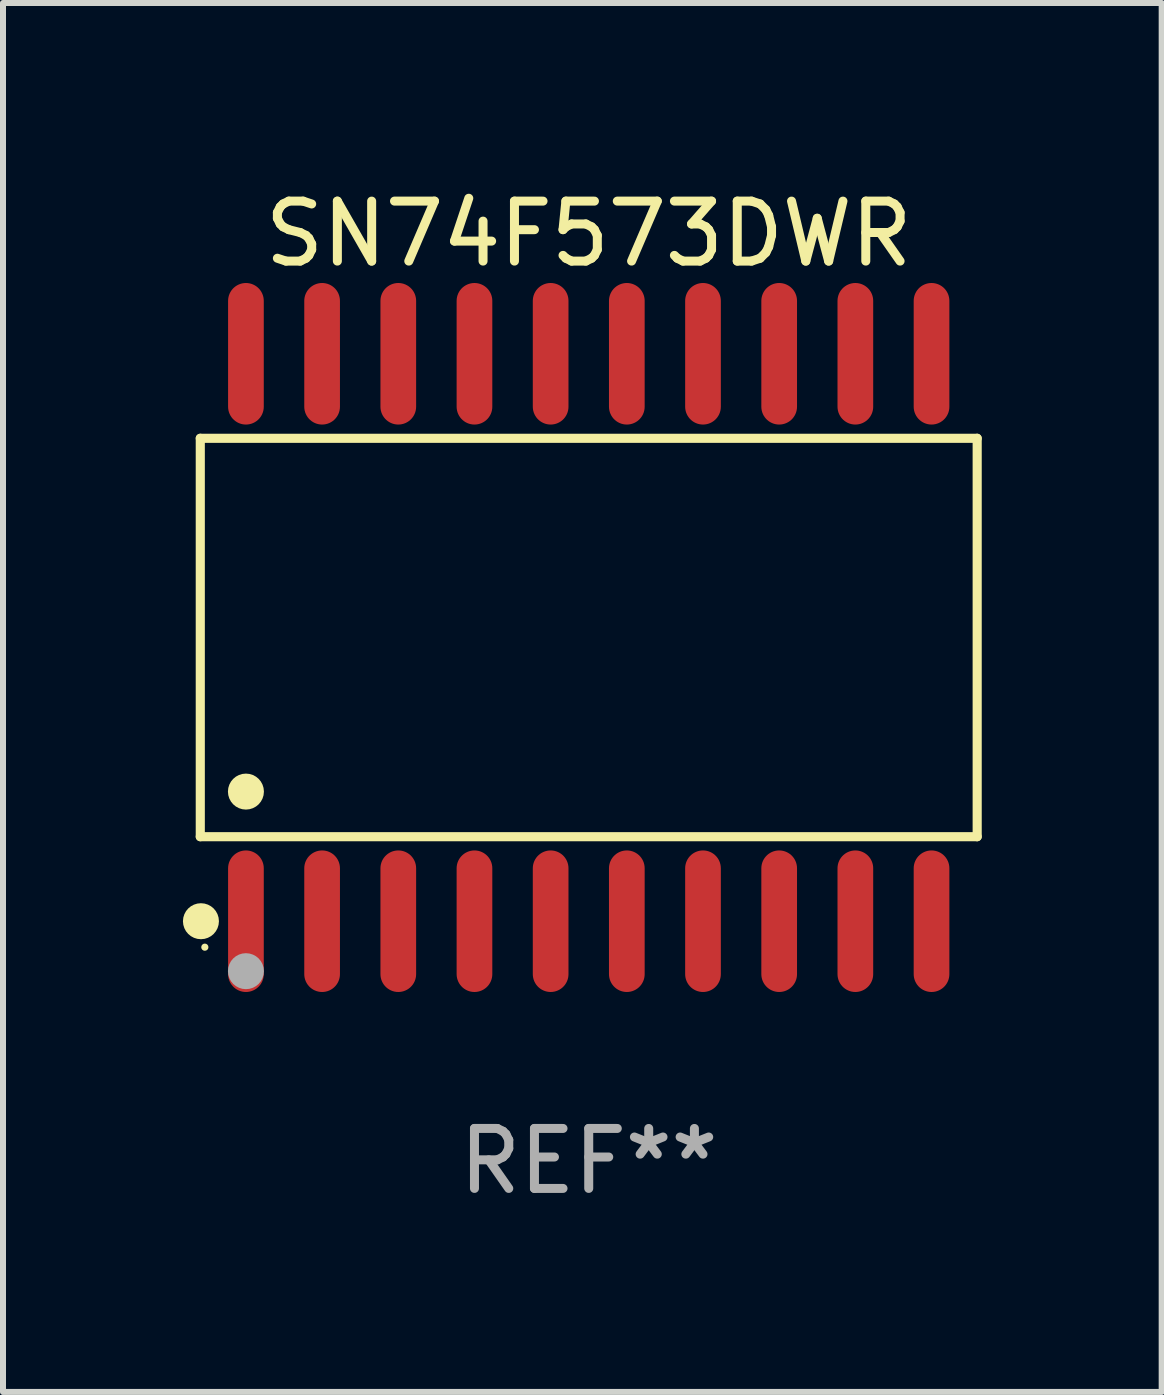
<source format=kicad_pcb>
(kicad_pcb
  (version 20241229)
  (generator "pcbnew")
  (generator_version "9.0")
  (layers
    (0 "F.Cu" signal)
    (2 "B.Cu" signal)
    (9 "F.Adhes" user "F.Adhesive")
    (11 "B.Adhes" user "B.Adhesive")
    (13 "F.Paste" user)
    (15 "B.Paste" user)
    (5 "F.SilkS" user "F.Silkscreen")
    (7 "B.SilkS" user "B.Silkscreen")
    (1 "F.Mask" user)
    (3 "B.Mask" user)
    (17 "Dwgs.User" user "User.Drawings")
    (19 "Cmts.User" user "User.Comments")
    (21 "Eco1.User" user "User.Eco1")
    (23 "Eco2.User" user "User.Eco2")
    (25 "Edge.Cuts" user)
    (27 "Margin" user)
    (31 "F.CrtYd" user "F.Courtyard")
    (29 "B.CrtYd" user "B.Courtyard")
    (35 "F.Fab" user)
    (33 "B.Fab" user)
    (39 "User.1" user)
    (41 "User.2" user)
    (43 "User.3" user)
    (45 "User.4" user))
  (footprint "SN74F573DWR"
    (layer "F.Cu")
    (at 6.765 7.578)
    (property "Reference" "SN74F573DWR" (at 0 -6.73 0) (layer "F.SilkS") (effects (font (size 1 1) (thickness 0.15))))
    (attr through_hole)
    (fp_line (start -6.476 -3.321) (end 6.476 -3.321) (stroke (width 0.152) (type solid)) (layer "F.SilkS"))
    (fp_line (start -6.476 3.321) (end -6.476 -3.321) (stroke (width 0.152) (type solid)) (layer "F.SilkS"))
    (fp_line (start 6.476 -3.321) (end 6.476 3.321) (stroke (width 0.152) (type solid)) (layer "F.SilkS"))
    (fp_line (start 6.476 3.321) (end -6.476 3.321) (stroke (width 0.152) (type solid)) (layer "F.SilkS"))
    (fp_circle (center -6.465 4.73) (end -6.315 4.73) (stroke (width 0.3) (type solid)) (fill no) (layer "F.SilkS"))
    (fp_circle (center -6.4 5.163) (end -6.37 5.163) (stroke (width 0.06) (type solid)) (fill no) (layer "F.SilkS"))
    (fp_circle (center -5.715 2.569) (end -5.565 2.569) (stroke (width 0.3) (type solid)) (fill no) (layer "F.SilkS"))
    (fp_circle (center -5.715 5.563) (end -5.565 5.563) (stroke (width 0.3) (type solid)) (fill no) (layer "F.Fab"))
    (fp_text user "REF**" (at 0 8.73 0) (layer "F.Fab") (effects (font (size 1 1) (thickness 0.15))))
    (pad "1" smd oval (at -5.715 4.73) (size 0.595 2.36) (layers "F.Cu" "F.Mask" "F.Paste"))
    (pad "2" smd oval (at -4.445 4.73) (size 0.595 2.36) (layers "F.Cu" "F.Mask" "F.Paste"))
    (pad "3" smd oval (at -3.175 4.73) (size 0.595 2.36) (layers "F.Cu" "F.Mask" "F.Paste"))
    (pad "4" smd oval (at -1.905 4.73) (size 0.595 2.36) (layers "F.Cu" "F.Mask" "F.Paste"))
    (pad "5" smd oval (at -0.635 4.73) (size 0.595 2.36) (layers "F.Cu" "F.Mask" "F.Paste"))
    (pad "6" smd oval (at 0.635 4.73) (size 0.595 2.36) (layers "F.Cu" "F.Mask" "F.Paste"))
    (pad "7" smd oval (at 1.905 4.73) (size 0.595 2.36) (layers "F.Cu" "F.Mask" "F.Paste"))
    (pad "8" smd oval (at 3.175 4.73) (size 0.595 2.36) (layers "F.Cu" "F.Mask" "F.Paste"))
    (pad "9" smd oval (at 4.445 4.73) (size 0.595 2.36) (layers "F.Cu" "F.Mask" "F.Paste"))
    (pad "10" smd oval (at 5.715 4.73) (size 0.595 2.36) (layers "F.Cu" "F.Mask" "F.Paste"))
    (pad "11" smd oval (at 5.715 -4.73) (size 0.595 2.36) (layers "F.Cu" "F.Mask" "F.Paste"))
    (pad "12" smd oval (at 4.445 -4.73) (size 0.595 2.36) (layers "F.Cu" "F.Mask" "F.Paste"))
    (pad "13" smd oval (at 3.175 -4.73) (size 0.595 2.36) (layers "F.Cu" "F.Mask" "F.Paste"))
    (pad "14" smd oval (at 1.905 -4.73) (size 0.595 2.36) (layers "F.Cu" "F.Mask" "F.Paste"))
    (pad "15" smd oval (at 0.635 -4.73) (size 0.595 2.36) (layers "F.Cu" "F.Mask" "F.Paste"))
    (pad "16" smd oval (at -0.635 -4.73) (size 0.595 2.36) (layers "F.Cu" "F.Mask" "F.Paste"))
    (pad "17" smd oval (at -1.905 -4.73) (size 0.595 2.36) (layers "F.Cu" "F.Mask" "F.Paste"))
    (pad "18" smd oval (at -3.175 -4.73) (size 0.595 2.36) (layers "F.Cu" "F.Mask" "F.Paste"))
    (pad "19" smd oval (at -4.445 -4.73) (size 0.595 2.36) (layers "F.Cu" "F.Mask" "F.Paste"))
    (pad "20" smd oval (at -5.715 -4.73) (size 0.595 2.36) (layers "F.Cu" "F.Mask" "F.Paste")))
  (gr_rect
    (start -3 -3)
    (end 16.317 20.156)
    (stroke (width 0.1) (type default))
    (fill no)
    (layer "Edge.Cuts")))
</source>
